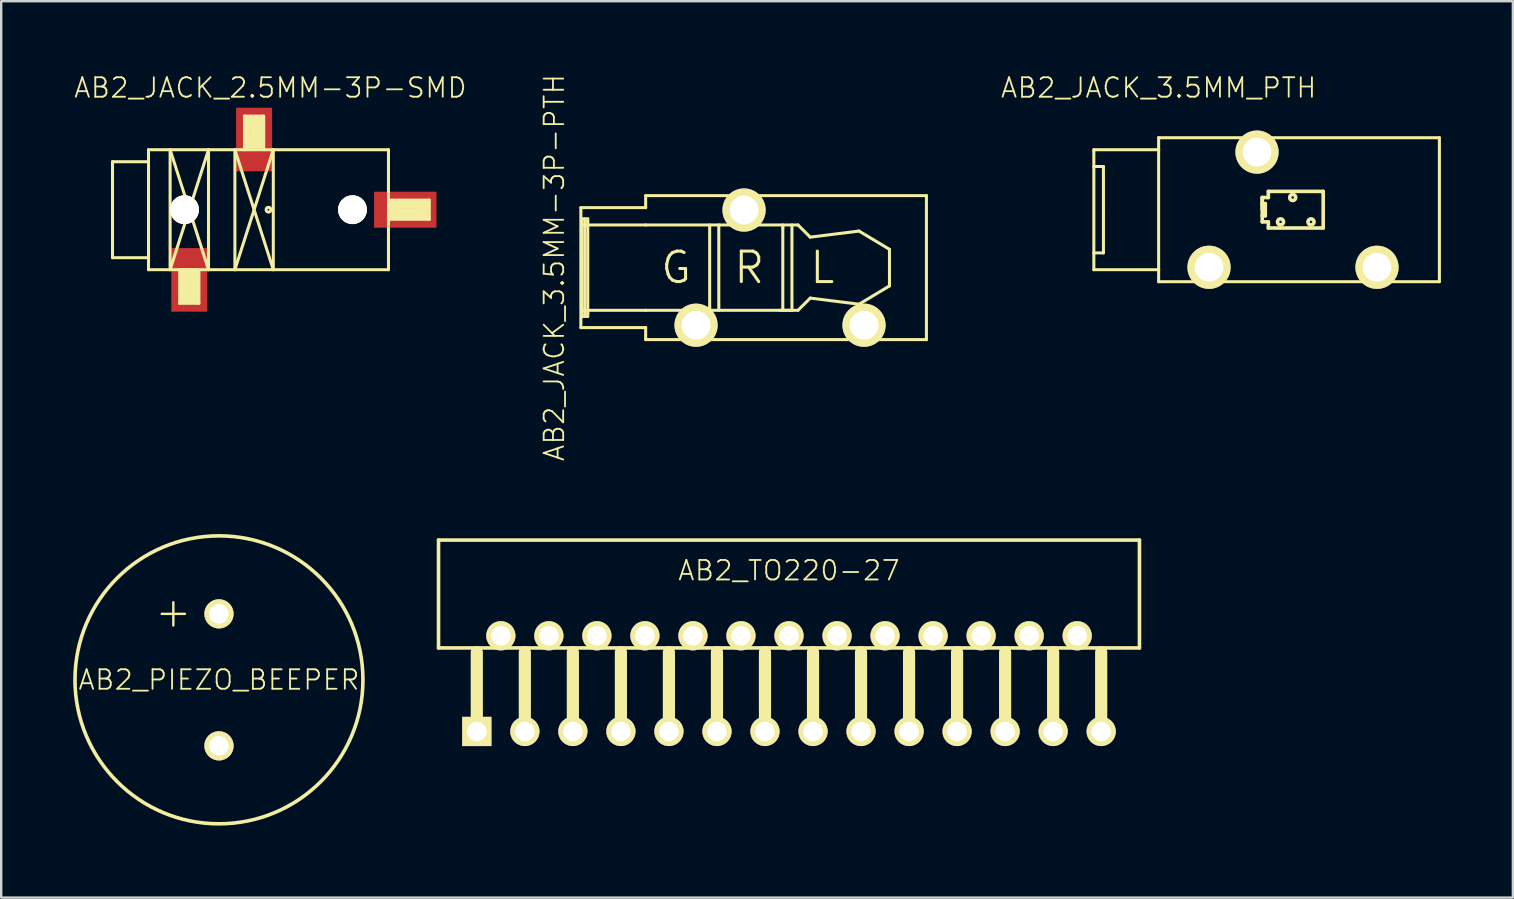
<source format=kicad_pcb>
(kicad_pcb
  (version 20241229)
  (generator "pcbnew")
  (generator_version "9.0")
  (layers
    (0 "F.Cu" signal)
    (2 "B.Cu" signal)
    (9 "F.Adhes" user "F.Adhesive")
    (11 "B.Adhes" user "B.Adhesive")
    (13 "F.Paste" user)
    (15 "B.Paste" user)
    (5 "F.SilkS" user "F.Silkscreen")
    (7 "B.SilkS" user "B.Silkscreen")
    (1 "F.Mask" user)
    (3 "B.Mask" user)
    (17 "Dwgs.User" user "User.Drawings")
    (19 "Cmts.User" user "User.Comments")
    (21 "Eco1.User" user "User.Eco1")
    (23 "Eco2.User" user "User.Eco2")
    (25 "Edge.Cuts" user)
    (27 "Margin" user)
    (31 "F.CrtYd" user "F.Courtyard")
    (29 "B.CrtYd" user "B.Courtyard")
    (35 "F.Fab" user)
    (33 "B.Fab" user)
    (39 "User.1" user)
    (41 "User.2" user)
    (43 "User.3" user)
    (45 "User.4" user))
  (footprint "AB2_JACK_3.5MM_PTH"
    (layer "F.Cu")
    (at 45.234 5.689)
    (property "Reference" "AB2_JACK_3.5MM_PTH" (at 0 -5.08 0) (layer "F.SilkS") (effects (font (size 0.813 0.813) (thickness 0.076))))
    (attr through_hole)
    (fp_line (start -2.7 -2.5) (end -2.7 2.5) (stroke (width 0.127) (type solid)) (layer "F.SilkS"))
    (fp_line (start -2.7 2.5) (end 0 2.5) (stroke (width 0.127) (type solid)) (layer "F.SilkS"))
    (fp_line (start -2.3 -1.8) (end -2.7 -1.8) (stroke (width 0.127) (type solid)) (layer "F.SilkS"))
    (fp_line (start -2.3 0) (end -2.3 -1.8) (stroke (width 0.127) (type solid)) (layer "F.SilkS"))
    (fp_line (start -2.3 0) (end -2.3 1.8) (stroke (width 0.127) (type solid)) (layer "F.SilkS"))
    (fp_line (start -2.3 1.8) (end -2.7 1.8) (stroke (width 0.127) (type solid)) (layer "F.SilkS"))
    (fp_line (start 0 -3) (end 11.7 -3) (stroke (width 0.127) (type solid)) (layer "F.SilkS"))
    (fp_line (start 0 -2.5) (end -2.7 -2.5) (stroke (width 0.127) (type solid)) (layer "F.SilkS"))
    (fp_line (start 0 -2.5) (end 0 -3) (stroke (width 0.127) (type solid)) (layer "F.SilkS"))
    (fp_line (start 0 2.5) (end 0 -2.5) (stroke (width 0.127) (type solid)) (layer "F.SilkS"))
    (fp_line (start 0 3) (end 0 2.5) (stroke (width 0.127) (type solid)) (layer "F.SilkS"))
    (fp_line (start 4.318 -0.508) (end 4.572 -0.508) (stroke (width 0.15) (type solid)) (layer "F.SilkS"))
    (fp_line (start 4.318 -0.254) (end 4.445 -0.254) (stroke (width 0.15) (type solid)) (layer "F.SilkS"))
    (fp_line (start 4.318 0) (end 4.318 -0.508) (stroke (width 0.15) (type solid)) (layer "F.SilkS"))
    (fp_line (start 4.318 0.508) (end 4.318 -0.508) (stroke (width 0.15) (type solid)) (layer "F.SilkS"))
    (fp_line (start 4.445 -0.254) (end 4.445 0.254) (stroke (width 0.15) (type solid)) (layer "F.SilkS"))
    (fp_line (start 4.445 0.254) (end 4.318 0.254) (stroke (width 0.15) (type solid)) (layer "F.SilkS"))
    (fp_line (start 4.572 -0.762) (end 6.858 -0.762) (stroke (width 0.15) (type solid)) (layer "F.SilkS"))
    (fp_line (start 4.572 -0.508) (end 4.572 -0.762) (stroke (width 0.15) (type solid)) (layer "F.SilkS"))
    (fp_line (start 4.572 0.508) (end 4.318 0.508) (stroke (width 0.15) (type solid)) (layer "F.SilkS"))
    (fp_line (start 4.572 0.762) (end 4.572 0.508) (stroke (width 0.15) (type solid)) (layer "F.SilkS"))
    (fp_line (start 6.858 -0.762) (end 6.858 0.762) (stroke (width 0.15) (type solid)) (layer "F.SilkS"))
    (fp_line (start 6.858 0.762) (end 4.572 0.762) (stroke (width 0.15) (type solid)) (layer "F.SilkS"))
    (fp_line (start 11.7 -3) (end 11.7 3) (stroke (width 0.127) (type solid)) (layer "F.SilkS"))
    (fp_line (start 11.7 3) (end 0 3) (stroke (width 0.127) (type solid)) (layer "F.SilkS"))
    (fp_circle (center 5.08 0.508) (end 5.08 0.381) (stroke (width 0.15) (type solid)) (fill no) (layer "F.SilkS"))
    (fp_circle (center 5.588 -0.508) (end 5.588 -0.635) (stroke (width 0.15) (type solid)) (fill no) (layer "F.SilkS"))
    (fp_circle (center 6.35 0.508) (end 6.35 0.381) (stroke (width 0.15) (type solid)) (fill no) (layer "F.SilkS"))
    (pad "2" thru_hole circle (at 4.1 -2.4) (size 1.8 1.8) (drill 1.2) (layers "*.Cu" "*.Mask" "F.SilkS"))
    (pad "3" thru_hole circle (at 2.1 2.4) (size 1.8 1.8) (drill 1.2) (layers "*.Cu" "*.Mask" "F.SilkS"))
    (pad "4" thru_hole circle (at 9.1 2.4) (size 1.8 1.8) (drill 1.2) (layers "*.Cu" "*.Mask" "F.SilkS")))
  (footprint "AB2_TO220-27"
    (layer "F.Cu")
    (at 29.83 19.456)
    (property "Reference" "AB2_TO220-27" (at 0 1.27 0) (layer "F.SilkS") (effects (font (size 0.813 0.813) (thickness 0.076))))
    (attr through_hole)
    (fp_line (start -14.605 0) (end -14.605 4.496) (stroke (width 0.15) (type solid)) (layer "F.SilkS"))
    (fp_line (start -14.605 0) (end 14.605 0) (stroke (width 0.15) (type solid)) (layer "F.SilkS"))
    (fp_line (start -14.605 4.496) (end 14.605 4.496) (stroke (width 0.15) (type solid)) (layer "F.SilkS"))
    (fp_line (start -13.01 7.976) (end -13.01 4.674) (stroke (width 0.508) (type solid)) (layer "F.SilkS"))
    (fp_line (start -11.008 7.976) (end -11.008 4.674) (stroke (width 0.508) (type solid)) (layer "F.SilkS"))
    (fp_line (start -9.007 7.874) (end -9.007 4.674) (stroke (width 0.508) (type solid)) (layer "F.SilkS"))
    (fp_line (start -7.005 7.976) (end -7.005 4.674) (stroke (width 0.508) (type solid)) (layer "F.SilkS"))
    (fp_line (start -5.004 7.976) (end -5.004 4.674) (stroke (width 0.508) (type solid)) (layer "F.SilkS"))
    (fp_line (start -3.002 7.976) (end -3.002 4.674) (stroke (width 0.508) (type solid)) (layer "F.SilkS"))
    (fp_line (start -1.001 7.976) (end -1.001 4.674) (stroke (width 0.508) (type solid)) (layer "F.SilkS"))
    (fp_line (start 1.001 7.976) (end 1.001 4.674) (stroke (width 0.508) (type solid)) (layer "F.SilkS"))
    (fp_line (start 3.002 7.976) (end 3.002 4.674) (stroke (width 0.508) (type solid)) (layer "F.SilkS"))
    (fp_line (start 5.004 7.976) (end 5.004 4.674) (stroke (width 0.508) (type solid)) (layer "F.SilkS"))
    (fp_line (start 7.005 7.976) (end 7.005 4.674) (stroke (width 0.508) (type solid)) (layer "F.SilkS"))
    (fp_line (start 9.007 7.976) (end 9.007 4.674) (stroke (width 0.508) (type solid)) (layer "F.SilkS"))
    (fp_line (start 11.008 7.976) (end 11.008 4.674) (stroke (width 0.508) (type solid)) (layer "F.SilkS"))
    (fp_line (start 13.01 7.976) (end 13.01 4.674) (stroke (width 0.508) (type solid)) (layer "F.SilkS"))
    (fp_line (start 14.605 4.496) (end 14.605 0) (stroke (width 0.15) (type solid)) (layer "F.SilkS"))
    (pad "1" thru_hole rect (at -13.01 7.976) (size 1.219 1.219) (drill 0.813) (layers "*.Cu" "*.Mask" "F.SilkS"))
    (pad "2" thru_hole circle (at -12.009 3.988) (size 1.219 1.219) (drill 0.813) (layers "*.Cu" "*.Mask" "F.SilkS"))
    (pad "3" thru_hole circle (at -11.008 7.976) (size 1.219 1.219) (drill 0.813) (layers "*.Cu" "*.Mask" "F.SilkS"))
    (pad "4" thru_hole circle (at -10.008 3.988) (size 1.219 1.219) (drill 0.813) (layers "*.Cu" "*.Mask" "F.SilkS"))
    (pad "5" thru_hole circle (at -9.007 7.976) (size 1.219 1.219) (drill 0.813) (layers "*.Cu" "*.Mask" "F.SilkS"))
    (pad "6" thru_hole circle (at -8.006 3.988) (size 1.219 1.219) (drill 0.813) (layers "*.Cu" "*.Mask" "F.SilkS"))
    (pad "7" thru_hole circle (at -7.005 7.976) (size 1.219 1.219) (drill 0.813) (layers "*.Cu" "*.Mask" "F.SilkS"))
    (pad "8" thru_hole circle (at -6.005 3.988) (size 1.219 1.219) (drill 0.813) (layers "*.Cu" "*.Mask" "F.SilkS"))
    (pad "9" thru_hole circle (at -5.004 7.976) (size 1.219 1.219) (drill 0.813) (layers "*.Cu" "*.Mask" "F.SilkS"))
    (pad "10" thru_hole circle (at -4.003 3.988) (size 1.219 1.219) (drill 0.813) (layers "*.Cu" "*.Mask" "F.SilkS"))
    (pad "11" thru_hole circle (at -3.002 7.976) (size 1.219 1.219) (drill 0.813) (layers "*.Cu" "*.Mask" "F.SilkS"))
    (pad "12" thru_hole circle (at -2.002 3.988) (size 1.219 1.219) (drill 0.813) (layers "*.Cu" "*.Mask" "F.SilkS"))
    (pad "13" thru_hole circle (at -1.001 7.976) (size 1.219 1.219) (drill 0.813) (layers "*.Cu" "*.Mask" "F.SilkS"))
    (pad "14" thru_hole circle (at 0 3.988) (size 1.219 1.219) (drill 0.813) (layers "*.Cu" "*.Mask" "F.SilkS"))
    (pad "15" thru_hole circle (at 1.001 7.976) (size 1.219 1.219) (drill 0.813) (layers "*.Cu" "*.Mask" "F.SilkS"))
    (pad "16" thru_hole circle (at 2.002 3.988) (size 1.219 1.219) (drill 0.813) (layers "*.Cu" "*.Mask" "F.SilkS"))
    (pad "17" thru_hole circle (at 3.002 7.976) (size 1.219 1.219) (drill 0.813) (layers "*.Cu" "*.Mask" "F.SilkS"))
    (pad "18" thru_hole circle (at 4.003 3.988) (size 1.219 1.219) (drill 0.813) (layers "*.Cu" "*.Mask" "F.SilkS"))
    (pad "19" thru_hole circle (at 5.004 7.976) (size 1.219 1.219) (drill 0.813) (layers "*.Cu" "*.Mask" "F.SilkS"))
    (pad "20" thru_hole circle (at 6.005 3.988) (size 1.219 1.219) (drill 0.813) (layers "*.Cu" "*.Mask" "F.SilkS"))
    (pad "21" thru_hole circle (at 7.005 7.976) (size 1.219 1.219) (drill 0.813) (layers "*.Cu" "*.Mask" "F.SilkS"))
    (pad "22" thru_hole circle (at 8.006 3.988) (size 1.219 1.219) (drill 0.813) (layers "*.Cu" "*.Mask" "F.SilkS"))
    (pad "23" thru_hole circle (at 9.007 7.976) (size 1.219 1.219) (drill 0.813) (layers "*.Cu" "*.Mask" "F.SilkS"))
    (pad "24" thru_hole circle (at 10.008 3.988) (size 1.219 1.219) (drill 0.813) (layers "*.Cu" "*.Mask" "F.SilkS"))
    (pad "25" thru_hole circle (at 11.008 7.976) (size 1.219 1.219) (drill 0.813) (layers "*.Cu" "*.Mask" "F.SilkS"))
    (pad "26" thru_hole circle (at 12.009 3.988) (size 1.219 1.219) (drill 0.813) (layers "*.Cu" "*.Mask" "F.SilkS"))
    (pad "27" thru_hole circle (at 13.01 7.976) (size 1.219 1.219) (drill 0.813) (layers "*.Cu" "*.Mask" "F.SilkS")))
  (footprint "AB2_PIEZO_BEEPER"
    (layer "F.Cu")
    (at 6.075 25.281)
    (property "Reference" "AB2_PIEZO_BEEPER" (at 0 0 0) (layer "F.SilkS") (effects (font (size 0.813 0.813) (thickness 0.076))))
    (attr through_hole)
    (fp_circle (center 0 0) (end 6 0) (stroke (width 0.15) (type solid)) (fill no) (layer "F.SilkS"))
    (fp_text user "+" (at -2 -2.75 270) (layer "F.SilkS") (effects (font (size 1.27 1.27) (thickness 0.1))))
    (pad "1" thru_hole circle (at 0 -2.75 270) (size 1.219 1.219) (drill 0.813) (layers "*.Cu" "*.Mask" "F.SilkS"))
    (pad "2" thru_hole circle (at 0 2.75 270) (size 1.219 1.219) (drill 0.813) (layers "*.Cu" "*.Mask" "F.SilkS")))
  (footprint "AB2_JACK_3.5MM-3P-PTH"
    (layer "F.Cu")
    (at 23.857 8.103)
    (property "Reference" "AB2_JACK_3.5MM-3P-PTH" (at -3.81 0 90) (layer "F.SilkS") (effects (font (size 0.813 0.813) (thickness 0.076))))
    (attr through_hole)
    (fp_line (start -2.7 -2.5) (end -2.7 2.5) (stroke (width 0.127) (type solid)) (layer "F.SilkS"))
    (fp_line (start -2.7 2.5) (end 0 2.5) (stroke (width 0.127) (type solid)) (layer "F.SilkS"))
    (fp_line (start -2.667 2.032) (end -2.667 -2.032) (stroke (width 0.127) (type solid)) (layer "F.SilkS"))
    (fp_line (start -2.54 2.032) (end -2.54 -2.032) (stroke (width 0.127) (type solid)) (layer "F.SilkS"))
    (fp_line (start -2.413 -2.032) (end -2.667 -2.032) (stroke (width 0.127) (type solid)) (layer "F.SilkS"))
    (fp_line (start -2.413 -1.905) (end -2.413 -2.032) (stroke (width 0.127) (type solid)) (layer "F.SilkS"))
    (fp_line (start -2.413 -1.905) (end -2.413 1.905) (stroke (width 0.127) (type solid)) (layer "F.SilkS"))
    (fp_line (start -2.413 1.905) (end -2.413 2.032) (stroke (width 0.127) (type solid)) (layer "F.SilkS"))
    (fp_line (start -2.413 2.032) (end -2.667 2.032) (stroke (width 0.127) (type solid)) (layer "F.SilkS"))
    (fp_line (start 0 -3) (end 11.7 -3) (stroke (width 0.127) (type solid)) (layer "F.SilkS"))
    (fp_line (start 0 -2.5) (end -2.7 -2.5) (stroke (width 0.127) (type solid)) (layer "F.SilkS"))
    (fp_line (start 0 -2.5) (end 0 -3) (stroke (width 0.127) (type solid)) (layer "F.SilkS"))
    (fp_line (start 0 -1.778) (end -2.667 -1.778) (stroke (width 0.127) (type solid)) (layer "F.SilkS"))
    (fp_line (start 0 1.778) (end -2.667 1.778) (stroke (width 0.127) (type solid)) (layer "F.SilkS"))
    (fp_line (start 0 1.778) (end 6.35 1.778) (stroke (width 0.127) (type solid)) (layer "F.SilkS"))
    (fp_line (start 0 3) (end 0 2.5) (stroke (width 0.127) (type solid)) (layer "F.SilkS"))
    (fp_line (start 2.667 1.651) (end 2.667 -1.778) (stroke (width 0.127) (type solid)) (layer "F.SilkS"))
    (fp_line (start 2.667 1.651) (end 2.667 1.778) (stroke (width 0.127) (type solid)) (layer "F.SilkS"))
    (fp_line (start 3.048 1.778) (end 3.048 -1.778) (stroke (width 0.127) (type solid)) (layer "F.SilkS"))
    (fp_line (start 5.715 -1.651) (end 5.715 -1.778) (stroke (width 0.127) (type solid)) (layer "F.SilkS"))
    (fp_line (start 5.715 1.778) (end 5.715 -1.651) (stroke (width 0.127) (type solid)) (layer "F.SilkS"))
    (fp_line (start 6.096 -1.778) (end 6.096 1.778) (stroke (width 0.127) (type solid)) (layer "F.SilkS"))
    (fp_line (start 6.096 1.778) (end 5.588 1.778) (stroke (width 0.127) (type solid)) (layer "F.SilkS"))
    (fp_line (start 6.35 -1.778) (end 0 -1.778) (stroke (width 0.127) (type solid)) (layer "F.SilkS"))
    (fp_line (start 6.35 1.778) (end 6.858 1.27) (stroke (width 0.127) (type solid)) (layer "F.SilkS"))
    (fp_line (start 6.858 -1.27) (end 6.35 -1.778) (stroke (width 0.127) (type solid)) (layer "F.SilkS"))
    (fp_line (start 6.858 1.27) (end 8.89 1.524) (stroke (width 0.127) (type solid)) (layer "F.SilkS"))
    (fp_line (start 8.89 -1.524) (end 6.858 -1.27) (stroke (width 0.127) (type solid)) (layer "F.SilkS"))
    (fp_line (start 8.89 1.524) (end 10.16 0.762) (stroke (width 0.127) (type solid)) (layer "F.SilkS"))
    (fp_line (start 10.16 -0.762) (end 8.89 -1.524) (stroke (width 0.127) (type solid)) (layer "F.SilkS"))
    (fp_line (start 10.16 0.762) (end 10.16 -0.762) (stroke (width 0.127) (type solid)) (layer "F.SilkS"))
    (fp_line (start 11.7 -3) (end 11.7 3) (stroke (width 0.127) (type solid)) (layer "F.SilkS"))
    (fp_line (start 11.7 3) (end 0 3) (stroke (width 0.127) (type solid)) (layer "F.SilkS"))
    (fp_text user "R" (at 4.318 0 0) (layer "F.SilkS") (effects (font (size 1.27 1.27) (thickness 0.127))))
    (fp_text user "G" (at 1.27 0 0) (layer "F.SilkS") (effects (font (size 1.27 1.27) (thickness 0.127))))
    (fp_text user "L" (at 7.366 0 0) (layer "F.SilkS") (effects (font (size 1.27 1.27) (thickness 0.127))))
    (pad "2" thru_hole circle (at 4.1 -2.4) (size 1.8 1.8) (drill 1.2) (layers "*.Cu" "*.Mask" "F.SilkS"))
    (pad "3" thru_hole circle (at 2.1 2.4) (size 1.8 1.8) (drill 1.2) (layers "*.Cu" "*.Mask" "F.SilkS"))
    (pad "4" thru_hole circle (at 9.1 2.4) (size 1.8 1.8) (drill 1.2) (layers "*.Cu" "*.Mask" "F.SilkS")))
  (footprint "AB2_JACK_2.5MM-3P-SMD"
    (layer "F.Cu")
    (at 3.139 5.689)
    (property "Reference" "AB2_JACK_2.5MM-3P-SMD" (at 5.08 -5.08 0) (layer "F.SilkS") (effects (font (size 0.813 0.813) (thickness 0.076))))
    (attr through_hole)
    (fp_line (start -1.5 -2) (end -1.5 2) (stroke (width 0.127) (type solid)) (layer "F.SilkS"))
    (fp_line (start -1.5 2) (end 0 2) (stroke (width 0.127) (type solid)) (layer "F.SilkS"))
    (fp_line (start 0 -2.5) (end 0 2.5) (stroke (width 0.127) (type solid)) (layer "F.SilkS"))
    (fp_line (start 0 -2) (end -1.5 -2) (stroke (width 0.127) (type solid)) (layer "F.SilkS"))
    (fp_line (start 0 2.5) (end 10 2.5) (stroke (width 0.127) (type solid)) (layer "F.SilkS"))
    (fp_line (start 0.9 -2.5) (end 2.5 2.5) (stroke (width 0.127) (type solid)) (layer "F.SilkS"))
    (fp_line (start 0.9 2.5) (end 0.9 -2.5) (stroke (width 0.127) (type solid)) (layer "F.SilkS"))
    (fp_line (start 0.9 2.5) (end 2.5 -2.5) (stroke (width 0.127) (type solid)) (layer "F.SilkS"))
    (fp_line (start 1.3 2.5) (end 2.1 2.5) (stroke (width 0.127) (type solid)) (layer "F.SilkS"))
    (fp_line (start 1.3 3.9) (end 1.3 2.5) (stroke (width 0.127) (type solid)) (layer "F.SilkS"))
    (fp_line (start 1.3 3.9) (end 1.4 3.8) (stroke (width 0.127) (type solid)) (layer "F.SilkS"))
    (fp_line (start 1.4 2.6) (end 2 2.6) (stroke (width 0.127) (type solid)) (layer "F.SilkS"))
    (fp_line (start 1.4 3.8) (end 1.4 2.6) (stroke (width 0.127) (type solid)) (layer "F.SilkS"))
    (fp_line (start 1.5 2.7) (end 1.9 2.7) (stroke (width 0.127) (type solid)) (layer "F.SilkS"))
    (fp_line (start 1.5 3.8) (end 1.5 2.7) (stroke (width 0.127) (type solid)) (layer "F.SilkS"))
    (fp_line (start 1.6 2.8) (end 1.8 2.8) (stroke (width 0.127) (type solid)) (layer "F.SilkS"))
    (fp_line (start 1.6 3.7) (end 1.6 2.8) (stroke (width 0.127) (type solid)) (layer "F.SilkS"))
    (fp_line (start 1.7 3.6) (end 1.7 2.9) (stroke (width 0.127) (type solid)) (layer "F.SilkS"))
    (fp_line (start 1.8 2.8) (end 1.8 3.6) (stroke (width 0.127) (type solid)) (layer "F.SilkS"))
    (fp_line (start 1.8 3.6) (end 1.7 3.6) (stroke (width 0.127) (type solid)) (layer "F.SilkS"))
    (fp_line (start 1.9 2.7) (end 1.9 3.7) (stroke (width 0.127) (type solid)) (layer "F.SilkS"))
    (fp_line (start 1.9 3.7) (end 1.6 3.7) (stroke (width 0.127) (type solid)) (layer "F.SilkS"))
    (fp_line (start 2 2.6) (end 2 3.8) (stroke (width 0.127) (type solid)) (layer "F.SilkS"))
    (fp_line (start 2 3.8) (end 1.5 3.8) (stroke (width 0.127) (type solid)) (layer "F.SilkS"))
    (fp_line (start 2.1 2.5) (end 2.1 3.9) (stroke (width 0.127) (type solid)) (layer "F.SilkS"))
    (fp_line (start 2.1 3.9) (end 1.3 3.9) (stroke (width 0.127) (type solid)) (layer "F.SilkS"))
    (fp_line (start 2.5 2.5) (end 2.5 -2.5) (stroke (width 0.127) (type solid)) (layer "F.SilkS"))
    (fp_line (start 3.6 -2.5) (end 3.6 2.5) (stroke (width 0.127) (type solid)) (layer "F.SilkS"))
    (fp_line (start 3.6 -2.5) (end 5.2 2.5) (stroke (width 0.127) (type solid)) (layer "F.SilkS"))
    (fp_line (start 3.6 2.5) (end 5.2 -2.5) (stroke (width 0.127) (type solid)) (layer "F.SilkS"))
    (fp_line (start 4 -3.9) (end 4 -2.5) (stroke (width 0.127) (type solid)) (layer "F.SilkS"))
    (fp_line (start 4 -3.9) (end 4.8 -3.9) (stroke (width 0.127) (type solid)) (layer "F.SilkS"))
    (fp_line (start 4.1 -3.8) (end 4.7 -3.8) (stroke (width 0.127) (type solid)) (layer "F.SilkS"))
    (fp_line (start 4.1 -2.6) (end 4.1 -3.8) (stroke (width 0.127) (type solid)) (layer "F.SilkS"))
    (fp_line (start 4.2 -3.7) (end 4.6 -3.7) (stroke (width 0.127) (type solid)) (layer "F.SilkS"))
    (fp_line (start 4.2 -2.7) (end 4.2 -3.7) (stroke (width 0.127) (type solid)) (layer "F.SilkS"))
    (fp_line (start 4.3 -3.6) (end 4.5 -3.6) (stroke (width 0.127) (type solid)) (layer "F.SilkS"))
    (fp_line (start 4.3 -2.8) (end 4.3 -3.6) (stroke (width 0.127) (type solid)) (layer "F.SilkS"))
    (fp_line (start 4.4 -2.9) (end 4.4 -3.5) (stroke (width 0.127) (type solid)) (layer "F.SilkS"))
    (fp_line (start 4.5 -3.6) (end 4.5 -2.9) (stroke (width 0.127) (type solid)) (layer "F.SilkS"))
    (fp_line (start 4.5 -2.9) (end 4.4 -2.9) (stroke (width 0.127) (type solid)) (layer "F.SilkS"))
    (fp_line (start 4.6 -3.7) (end 4.6 -2.8) (stroke (width 0.127) (type solid)) (layer "F.SilkS"))
    (fp_line (start 4.6 -2.8) (end 4.3 -2.8) (stroke (width 0.127) (type solid)) (layer "F.SilkS"))
    (fp_line (start 4.7 -3.8) (end 4.7 -2.7) (stroke (width 0.127) (type solid)) (layer "F.SilkS"))
    (fp_line (start 4.7 -2.7) (end 4.2 -2.7) (stroke (width 0.127) (type solid)) (layer "F.SilkS"))
    (fp_line (start 4.7 -2.6) (end 4.1 -2.6) (stroke (width 0.127) (type solid)) (layer "F.SilkS"))
    (fp_line (start 4.8 -3.9) (end 4.8 -2.5) (stroke (width 0.127) (type solid)) (layer "F.SilkS"))
    (fp_line (start 5.2 -2.5) (end 5.2 2.5) (stroke (width 0.127) (type solid)) (layer "F.SilkS"))
    (fp_line (start 10 -2.5) (end 0 -2.5) (stroke (width 0.127) (type solid)) (layer "F.SilkS"))
    (fp_line (start 10 -0.4) (end 11.7 -0.4) (stroke (width 0.127) (type solid)) (layer "F.SilkS"))
    (fp_line (start 10 2.5) (end 10 -2.5) (stroke (width 0.127) (type solid)) (layer "F.SilkS"))
    (fp_line (start 10.1 -0.3) (end 11.6 -0.3) (stroke (width 0.127) (type solid)) (layer "F.SilkS"))
    (fp_line (start 10.1 -0.2) (end 11.5 -0.2) (stroke (width 0.127) (type solid)) (layer "F.SilkS"))
    (fp_line (start 10.1 0.3) (end 10.1 -0.2) (stroke (width 0.127) (type solid)) (layer "F.SilkS"))
    (fp_line (start 10.2 -0.1) (end 11.4 -0.1) (stroke (width 0.127) (type solid)) (layer "F.SilkS"))
    (fp_line (start 10.2 0.2) (end 10.2 -0.1) (stroke (width 0.127) (type solid)) (layer "F.SilkS"))
    (fp_line (start 10.3 0) (end 11.3 0) (stroke (width 0.127) (type solid)) (layer "F.SilkS"))
    (fp_line (start 10.3 0.1) (end 10.3 0) (stroke (width 0.127) (type solid)) (layer "F.SilkS"))
    (fp_line (start 11.4 -0.1) (end 11.4 0.1) (stroke (width 0.127) (type solid)) (layer "F.SilkS"))
    (fp_line (start 11.4 0.1) (end 10.3 0.1) (stroke (width 0.127) (type solid)) (layer "F.SilkS"))
    (fp_line (start 11.5 -0.2) (end 11.5 0.2) (stroke (width 0.127) (type solid)) (layer "F.SilkS"))
    (fp_line (start 11.5 0.2) (end 10.2 0.2) (stroke (width 0.127) (type solid)) (layer "F.SilkS"))
    (fp_line (start 11.6 -0.3) (end 11.6 0.3) (stroke (width 0.127) (type solid)) (layer "F.SilkS"))
    (fp_line (start 11.6 0.3) (end 10.1 0.3) (stroke (width 0.127) (type solid)) (layer "F.SilkS"))
    (fp_line (start 11.7 -0.4) (end 11.7 0.4) (stroke (width 0.127) (type solid)) (layer "F.SilkS"))
    (fp_line (start 11.7 0.4) (end 10 0.4) (stroke (width 0.127) (type solid)) (layer "F.SilkS"))
    (fp_circle (center 5 0) (end 5 -0.1) (stroke (width 0.127) (type solid)) (fill no) (layer "F.SilkS"))
    (pad "" thru_hole circle (at 1.5 0) (size 1.2 1.2) (drill 1.2) (layers "*.Cu" "*.Mask" "F.SilkS"))
    (pad "" thru_hole circle (at 8.5 0) (size 1.2 1.2) (drill 1.2) (layers "*.Cu" "*.Mask" "F.SilkS"))
    (pad "2" smd rect (at 1.7 2.925) (size 1.5 2.65) (layers "F.Cu" "F.Mask" "F.Paste"))
    (pad "3" smd rect (at 10.7 0) (size 2.6 1.5) (layers "F.Cu" "F.Mask" "F.Paste"))
    (pad "4" smd rect (at 4.4 -2.925) (size 1.5 2.65) (layers "F.Cu" "F.Mask" "F.Paste")))
  (gr_rect
    (start -3 -3)
    (end 59.997 34.356)
    (stroke (width 0.1) (type default))
    (fill no)
    (layer "Edge.Cuts")))
</source>
